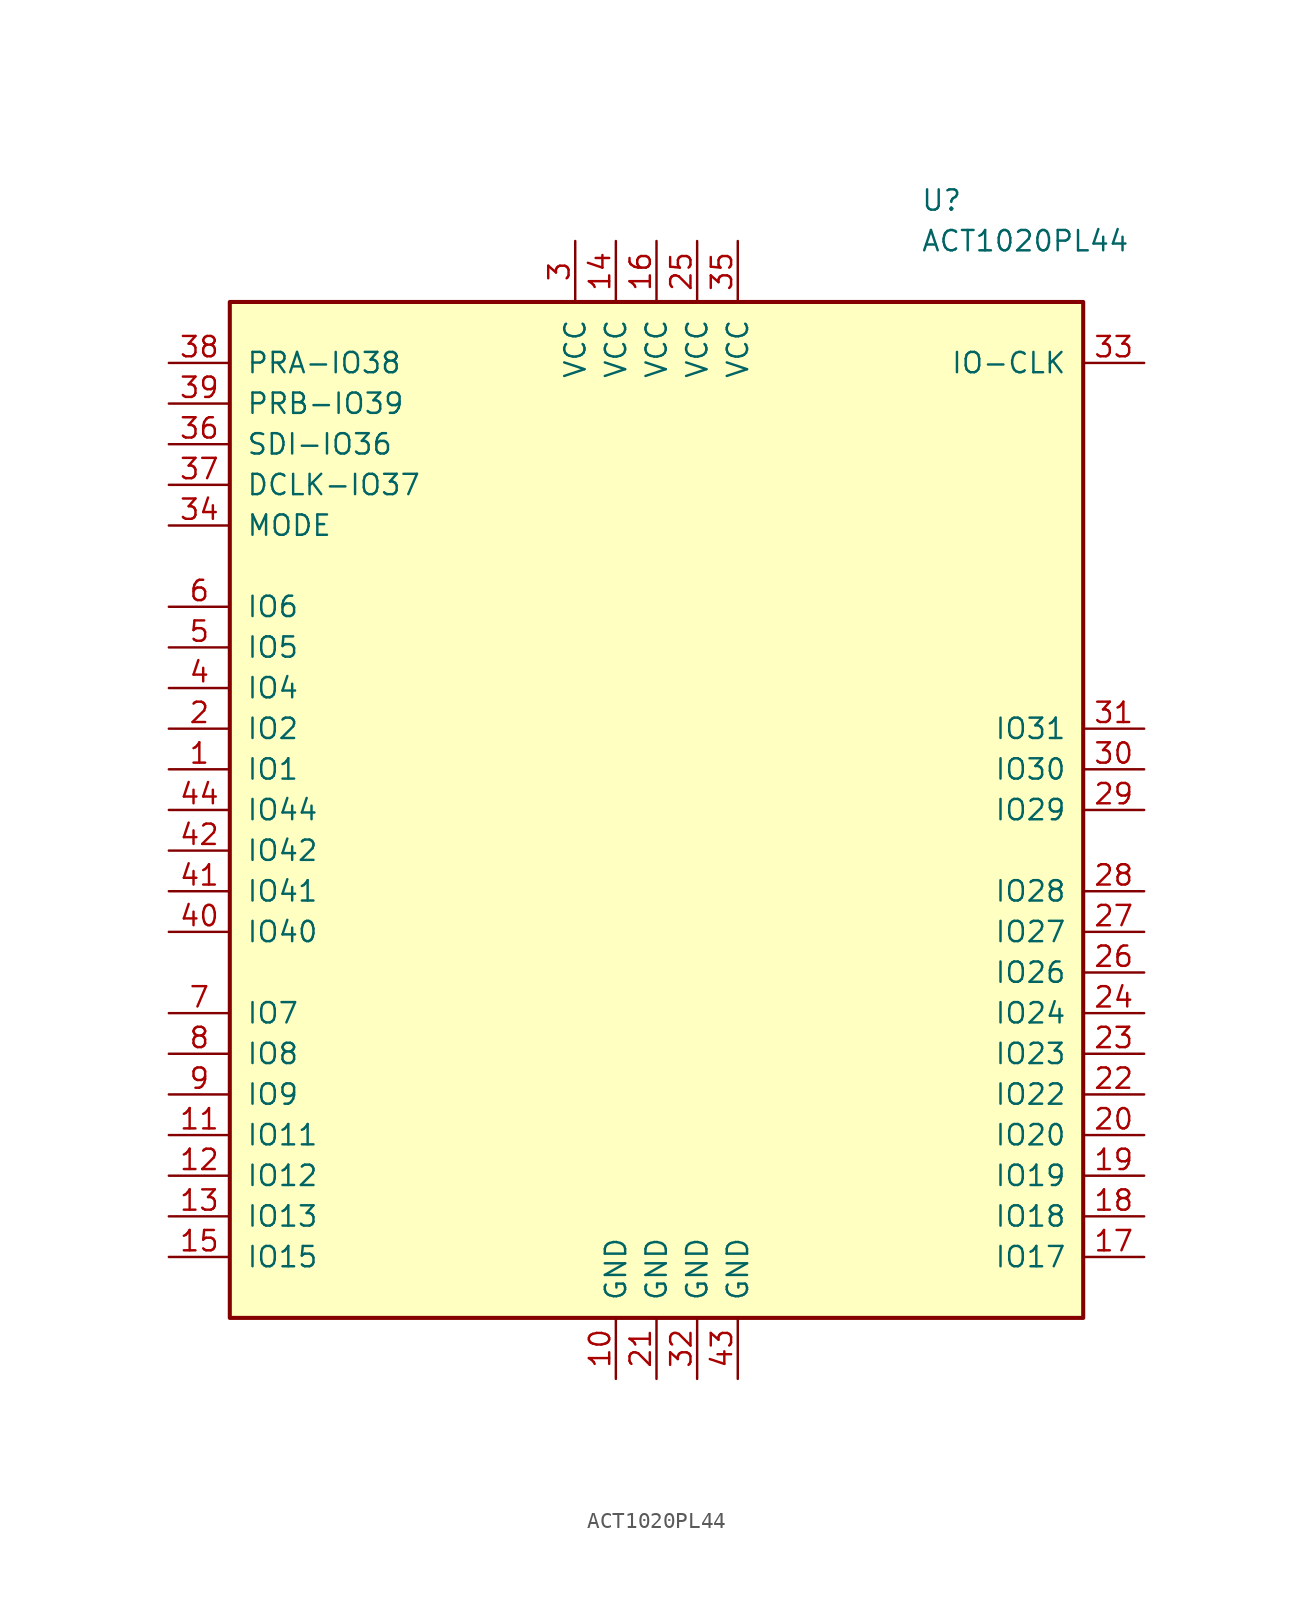
<source format=kicad_sym>
(kicad_symbol_lib
  (version 20220914)
  (generator kicad_symbol_editor)
  (symbol "ACT1020PL44"
    (pin_names
      (offset 1.016))
    (property "Reference" "U"
      (at 16.51 38.1 0)
      (effects (font (size 1.27 1.27)) (justify left)))
    (property "Value" "ACT1020PL44"
      (at 16.51 35.56 0)
      (effects (font (size 1.27 1.27)) (justify left)))
    (symbol "ACT1020PL44_0_1"
      (rectangle (start -26.67 -31.75) (end 26.67 31.75) (stroke (width 0.254) (type default)) (fill (type background))))
    (symbol "ACT1020PL44_1_1"
      (pin input line (at -30.48 2.54 0) (length 3.81) (name "IO1" (effects (font (size 1.27 1.27)))) (number "1" (effects (font (size 1.27 1.27)))))
      (pin power_in line (at -2.54 -35.56 90) (length 3.81) (name "GND" (effects (font (size 1.27 1.27)))) (number "10" (effects (font (size 1.27 1.27)))))
      (pin input line (at -30.48 -20.32 0) (length 3.81) (name "IO11" (effects (font (size 1.27 1.27)))) (number "11" (effects (font (size 1.27 1.27)))))
      (pin input line (at -30.48 -22.86 0) (length 3.81) (name "IO12" (effects (font (size 1.27 1.27)))) (number "12" (effects (font (size 1.27 1.27)))))
      (pin input line (at -30.48 -25.4 0) (length 3.81) (name "IO13" (effects (font (size 1.27 1.27)))) (number "13" (effects (font (size 1.27 1.27)))))
      (pin power_in line (at -2.54 35.56 270) (length 3.81) (name "VCC" (effects (font (size 1.27 1.27)))) (number "14" (effects (font (size 1.27 1.27)))))
      (pin input line (at -30.48 -27.94 0) (length 3.81) (name "IO15" (effects (font (size 1.27 1.27)))) (number "15" (effects (font (size 1.27 1.27)))))
      (pin power_in line (at 0 35.56 270) (length 3.81) (name "VCC" (effects (font (size 1.27 1.27)))) (number "16" (effects (font (size 1.27 1.27)))))
      (pin input line (at 30.48 -27.94 180) (length 3.81) (name "IO17" (effects (font (size 1.27 1.27)))) (number "17" (effects (font (size 1.27 1.27)))))
      (pin input line (at 30.48 -25.4 180) (length 3.81) (name "IO18" (effects (font (size 1.27 1.27)))) (number "18" (effects (font (size 1.27 1.27)))))
      (pin input line (at 30.48 -22.86 180) (length 3.81) (name "IO19" (effects (font (size 1.27 1.27)))) (number "19" (effects (font (size 1.27 1.27)))))
      (pin input line (at -30.48 5.08 0) (length 3.81) (name "IO2" (effects (font (size 1.27 1.27)))) (number "2" (effects (font (size 1.27 1.27)))))
      (pin input line (at 30.48 -20.32 180) (length 3.81) (name "IO20" (effects (font (size 1.27 1.27)))) (number "20" (effects (font (size 1.27 1.27)))))
      (pin power_in line (at 0 -35.56 90) (length 3.81) (name "GND" (effects (font (size 1.27 1.27)))) (number "21" (effects (font (size 1.27 1.27)))))
      (pin input line (at 30.48 -17.78 180) (length 3.81) (name "IO22" (effects (font (size 1.27 1.27)))) (number "22" (effects (font (size 1.27 1.27)))))
      (pin input line (at 30.48 -15.24 180) (length 3.81) (name "IO23" (effects (font (size 1.27 1.27)))) (number "23" (effects (font (size 1.27 1.27)))))
      (pin input line (at 30.48 -12.7 180) (length 3.81) (name "IO24" (effects (font (size 1.27 1.27)))) (number "24" (effects (font (size 1.27 1.27)))))
      (pin power_in line (at 2.54 35.56 270) (length 3.81) (name "VCC" (effects (font (size 1.27 1.27)))) (number "25" (effects (font (size 1.27 1.27)))))
      (pin input line (at 30.48 -10.16 180) (length 3.81) (name "IO26" (effects (font (size 1.27 1.27)))) (number "26" (effects (font (size 1.27 1.27)))))
      (pin input line (at 30.48 -7.62 180) (length 3.81) (name "IO27" (effects (font (size 1.27 1.27)))) (number "27" (effects (font (size 1.27 1.27)))))
      (pin input line (at 30.48 -5.08 180) (length 3.81) (name "IO28" (effects (font (size 1.27 1.27)))) (number "28" (effects (font (size 1.27 1.27)))))
      (pin input line (at 30.48 0 180) (length 3.81) (name "IO29" (effects (font (size 1.27 1.27)))) (number "29" (effects (font (size 1.27 1.27)))))
      (pin power_in line (at -5.08 35.56 270) (length 3.81) (name "VCC" (effects (font (size 1.27 1.27)))) (number "3" (effects (font (size 1.27 1.27)))))
      (pin input line (at 30.48 2.54 180) (length 3.81) (name "IO30" (effects (font (size 1.27 1.27)))) (number "30" (effects (font (size 1.27 1.27)))))
      (pin input line (at 30.48 5.08 180) (length 3.81) (name "IO31" (effects (font (size 1.27 1.27)))) (number "31" (effects (font (size 1.27 1.27)))))
      (pin power_in line (at 2.54 -35.56 90) (length 3.81) (name "GND" (effects (font (size 1.27 1.27)))) (number "32" (effects (font (size 1.27 1.27)))))
      (pin input line (at 30.48 27.94 180) (length 3.81) (name "IO-CLK" (effects (font (size 1.27 1.27)))) (number "33" (effects (font (size 1.27 1.27)))))
      (pin input line (at -30.48 17.78 0) (length 3.81) (name "MODE" (effects (font (size 1.27 1.27)))) (number "34" (effects (font (size 1.27 1.27)))))
      (pin power_in line (at 5.08 35.56 270) (length 3.81) (name "VCC" (effects (font (size 1.27 1.27)))) (number "35" (effects (font (size 1.27 1.27)))))
      (pin input line (at -30.48 22.86 0) (length 3.81) (name "SDI-IO36" (effects (font (size 1.27 1.27)))) (number "36" (effects (font (size 1.27 1.27)))))
      (pin input line (at -30.48 20.32 0) (length 3.81) (name "DCLK-IO37" (effects (font (size 1.27 1.27)))) (number "37" (effects (font (size 1.27 1.27)))))
      (pin input line (at -30.48 27.94 0) (length 3.81) (name "PRA-IO38" (effects (font (size 1.27 1.27)))) (number "38" (effects (font (size 1.27 1.27)))))
      (pin input line (at -30.48 25.4 0) (length 3.81) (name "PRB-IO39" (effects (font (size 1.27 1.27)))) (number "39" (effects (font (size 1.27 1.27)))))
      (pin input line (at -30.48 7.62 0) (length 3.81) (name "IO4" (effects (font (size 1.27 1.27)))) (number "4" (effects (font (size 1.27 1.27)))))
      (pin input line (at -30.48 -7.62 0) (length 3.81) (name "IO40" (effects (font (size 1.27 1.27)))) (number "40" (effects (font (size 1.27 1.27)))))
      (pin input line (at -30.48 -5.08 0) (length 3.81) (name "IO41" (effects (font (size 1.27 1.27)))) (number "41" (effects (font (size 1.27 1.27)))))
      (pin input line (at -30.48 -2.54 0) (length 3.81) (name "IO42" (effects (font (size 1.27 1.27)))) (number "42" (effects (font (size 1.27 1.27)))))
      (pin power_in line (at 5.08 -35.56 90) (length 3.81) (name "GND" (effects (font (size 1.27 1.27)))) (number "43" (effects (font (size 1.27 1.27)))))
      (pin input line (at -30.48 0 0) (length 3.81) (name "IO44" (effects (font (size 1.27 1.27)))) (number "44" (effects (font (size 1.27 1.27)))))
      (pin input line (at -30.48 10.16 0) (length 3.81) (name "IO5" (effects (font (size 1.27 1.27)))) (number "5" (effects (font (size 1.27 1.27)))))
      (pin input line (at -30.48 12.7 0) (length 3.81) (name "IO6" (effects (font (size 1.27 1.27)))) (number "6" (effects (font (size 1.27 1.27)))))
      (pin input line (at -30.48 -12.7 0) (length 3.81) (name "IO7" (effects (font (size 1.27 1.27)))) (number "7" (effects (font (size 1.27 1.27)))))
      (pin input line (at -30.48 -15.24 0) (length 3.81) (name "IO8" (effects (font (size 1.27 1.27)))) (number "8" (effects (font (size 1.27 1.27)))))
      (pin input line (at -30.48 -17.78 0) (length 3.81) (name "IO9" (effects (font (size 1.27 1.27)))) (number "9" (effects (font (size 1.27 1.27))))))))
</source>
